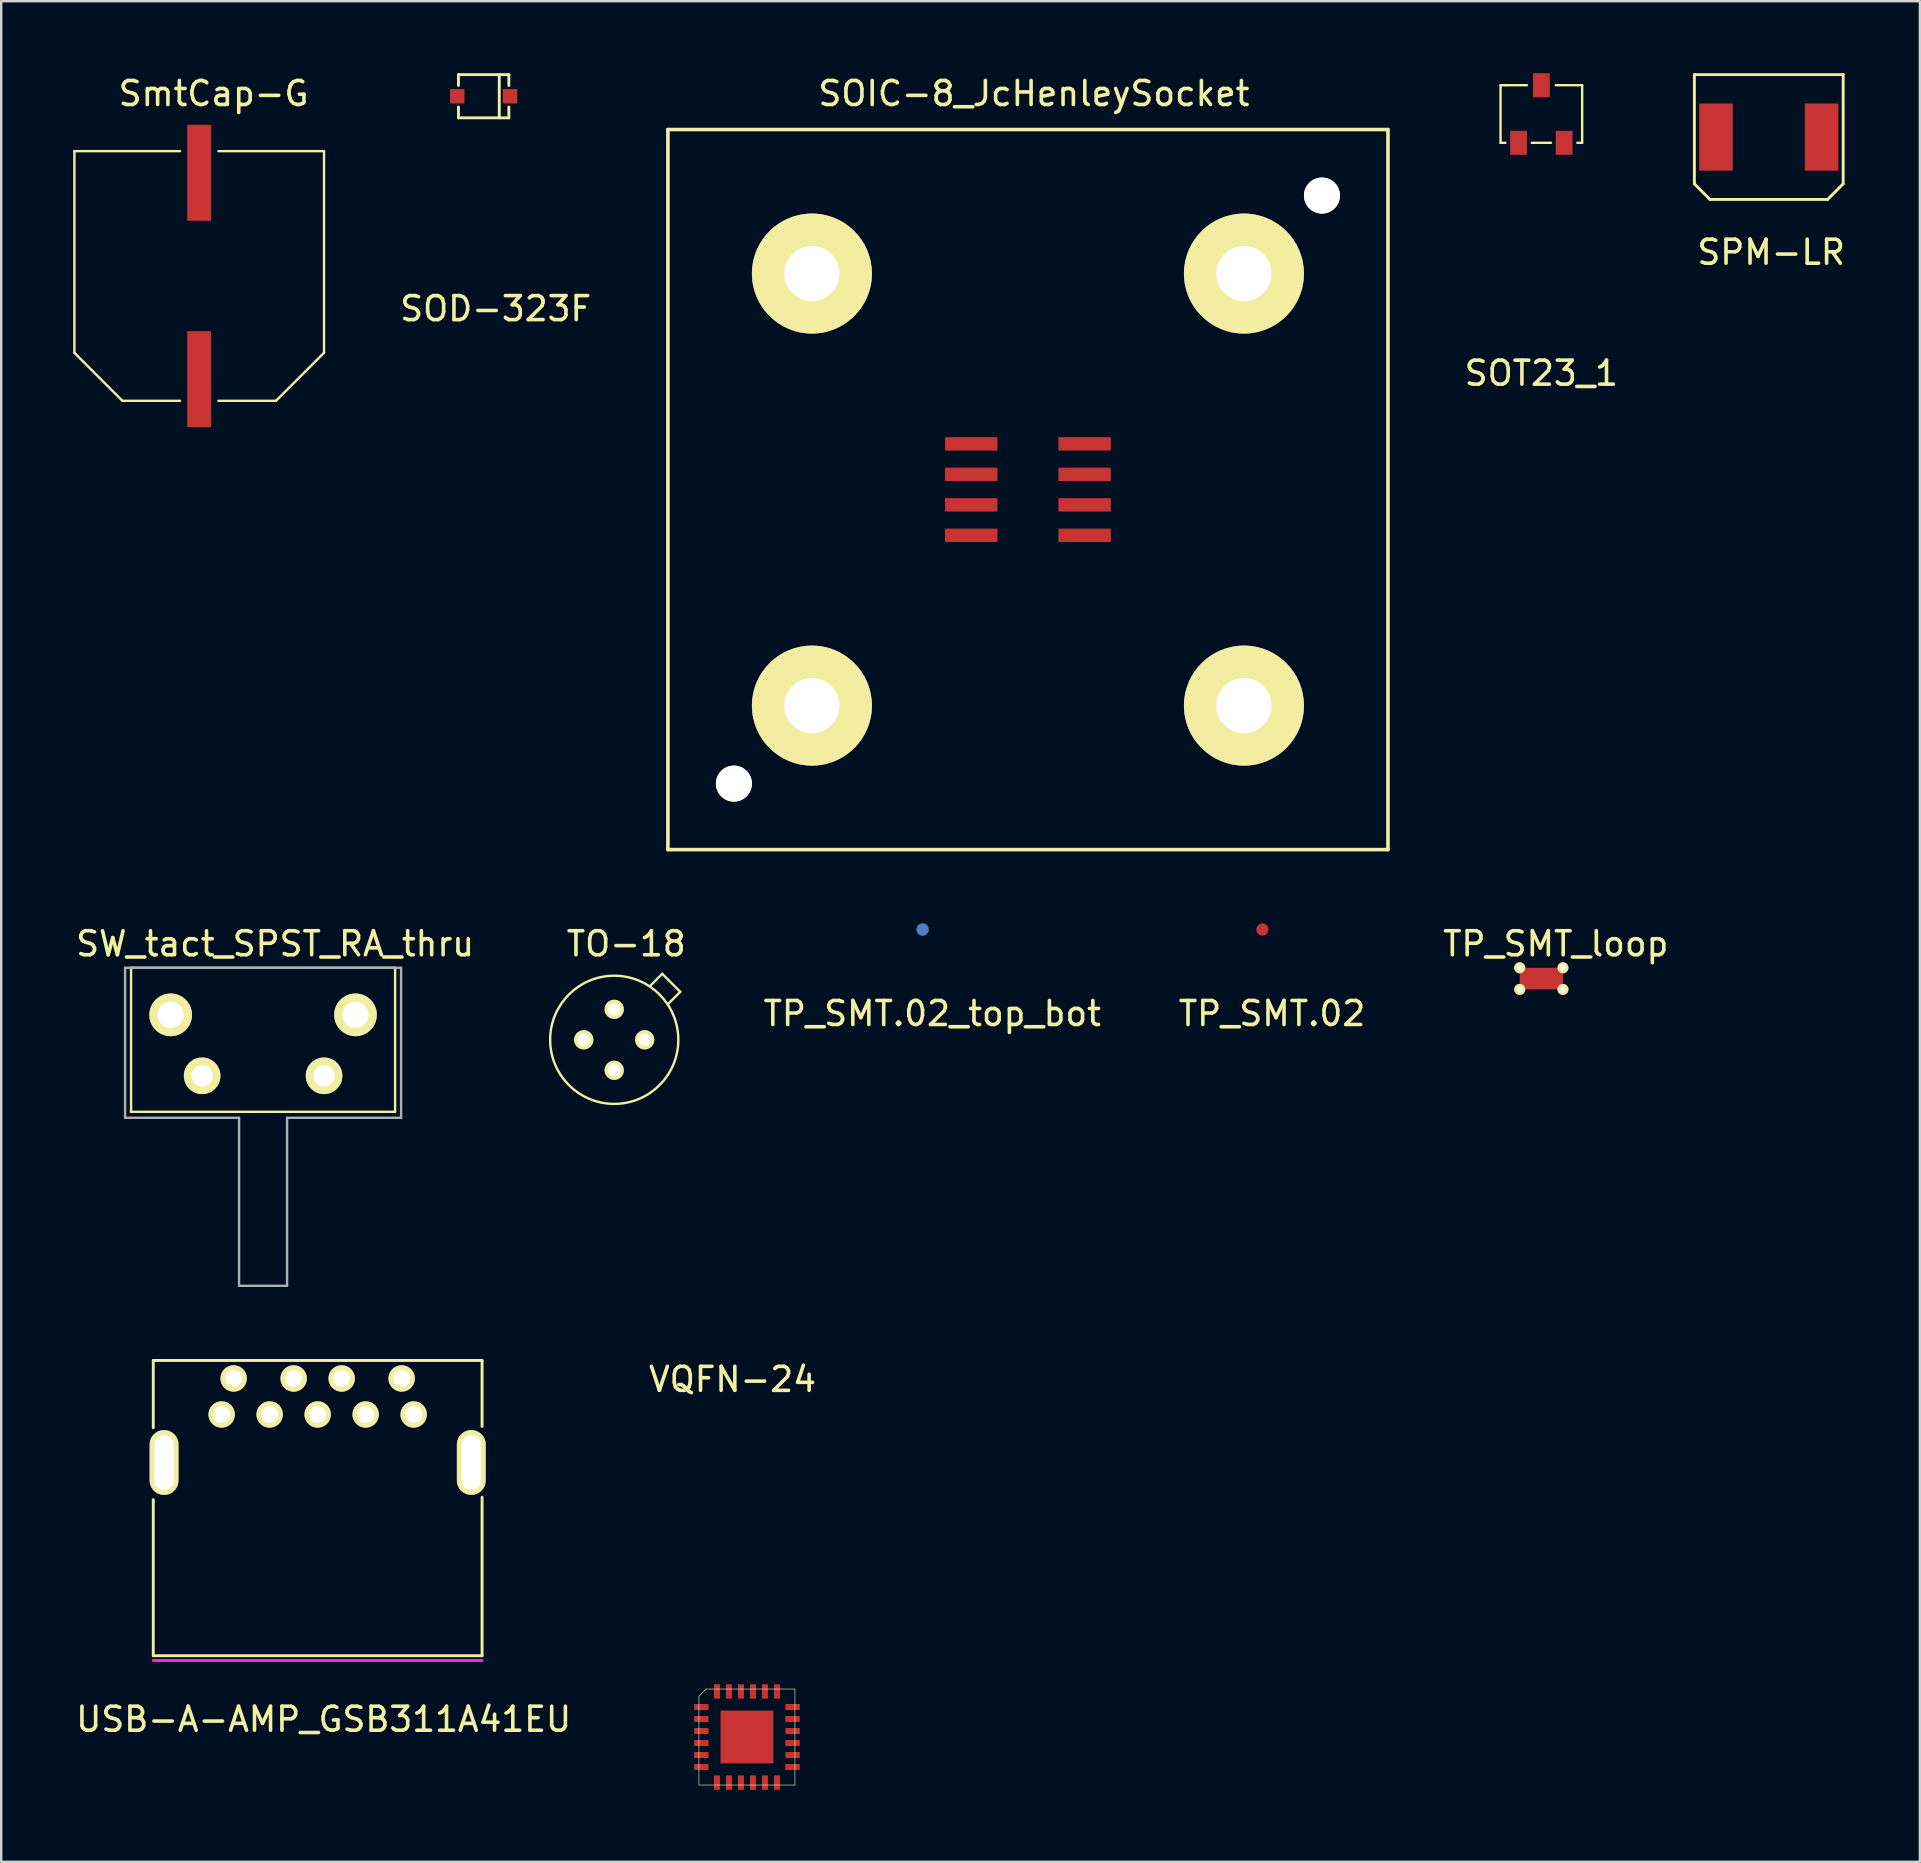
<source format=kicad_pcb>
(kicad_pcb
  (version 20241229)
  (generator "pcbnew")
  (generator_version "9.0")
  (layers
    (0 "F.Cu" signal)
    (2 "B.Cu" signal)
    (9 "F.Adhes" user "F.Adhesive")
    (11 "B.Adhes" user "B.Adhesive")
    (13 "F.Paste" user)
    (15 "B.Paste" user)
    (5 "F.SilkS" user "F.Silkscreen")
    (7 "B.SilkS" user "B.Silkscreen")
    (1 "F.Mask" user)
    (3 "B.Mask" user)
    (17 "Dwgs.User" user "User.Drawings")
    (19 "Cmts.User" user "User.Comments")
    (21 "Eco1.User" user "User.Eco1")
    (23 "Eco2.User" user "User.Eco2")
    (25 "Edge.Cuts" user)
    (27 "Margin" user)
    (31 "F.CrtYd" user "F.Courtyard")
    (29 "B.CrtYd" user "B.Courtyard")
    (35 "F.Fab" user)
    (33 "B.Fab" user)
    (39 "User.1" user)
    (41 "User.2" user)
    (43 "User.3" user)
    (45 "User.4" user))
  (footprint "TP_SMT_loop"
    (layer "F.Cu")
    (at 61.218 37.772)
    (property "Reference" "TP_SMT_loop" (at 0.55 -1.5 0) (layer "F.SilkS") (effects (font (size 1 1) (thickness 0.15))))
    (attr through_hole)
    (pad "1" thru_hole circle (at -0.95 -0.5) (size 0.457 0.457) (drill 0.203) (layers "*.Cu" "F.SilkS"))
    (pad "1" thru_hole circle (at -0.95 0.4) (size 0.457 0.457) (drill 0.203) (layers "*.Cu" "F.SilkS"))
    (pad "1" smd rect (at -0.05 -0.05) (size 1.8 0.9) (layers "F.Cu" "F.Mask" "F.Paste"))
    (pad "1" thru_hole circle (at 0.85 -0.5) (size 0.457 0.457) (drill 0.203) (layers "*.Cu" "F.SilkS"))
    (pad "1" thru_hole circle (at 0.85 0.4) (size 0.457 0.457) (drill 0.203) (layers "*.Cu" "F.SilkS")))
  (footprint "SW_tact_SPST_RA_thru"
    (layer "F.Cu")
    (at 7.911 41.772)
    (property "Reference" "SW_tact_SPST_RA_thru" (at 0.5 -5.5 0) (layer "F.SilkS") (effects (font (size 1 1) (thickness 0.15))))
    (attr through_hole)
    (fp_line (start -5.5 -4.5) (end 5.5 -4.5) (stroke (width 0.1) (type solid)) (layer "F.SilkS"))
    (fp_line (start -5.5 1.5) (end -5.5 -4.5) (stroke (width 0.1) (type solid)) (layer "F.SilkS"))
    (fp_line (start 5.5 -4.5) (end 5.5 1.5) (stroke (width 0.1) (type solid)) (layer "F.SilkS"))
    (fp_line (start 5.5 1.5) (end -5.5 1.5) (stroke (width 0.1) (type solid)) (layer "F.SilkS"))
    (fp_line (start -5.75 -4.5) (end -5.75 1.75) (stroke (width 0.1) (type solid)) (layer "F.Fab"))
    (fp_line (start -5.75 1.75) (end -5.5 1.75) (stroke (width 0.1) (type solid)) (layer "F.Fab"))
    (fp_line (start -5.5 1.75) (end -1 1.75) (stroke (width 0.1) (type solid)) (layer "F.Fab"))
    (fp_line (start -1 1.75) (end -1 8.75) (stroke (width 0.1) (type solid)) (layer "F.Fab"))
    (fp_line (start -1 8.75) (end 1 8.75) (stroke (width 0.1) (type solid)) (layer "F.Fab"))
    (fp_line (start 1 1.75) (end 5.75 1.75) (stroke (width 0.1) (type solid)) (layer "F.Fab"))
    (fp_line (start 1 8.75) (end 1 1.75) (stroke (width 0.1) (type solid)) (layer "F.Fab"))
    (fp_line (start 5.75 -4.5) (end -5.75 -4.5) (stroke (width 0.1) (type solid)) (layer "F.Fab"))
    (fp_line (start 5.75 1.75) (end 5.75 -4.5) (stroke (width 0.1) (type solid)) (layer "F.Fab"))
    (pad "0" thru_hole circle (at -3.85 -2.54) (size 1.778 1.778) (drill 1.092) (layers "*.Cu" "*.Mask" "F.SilkS"))
    (pad "0" thru_hole circle (at 3.85 -2.54) (size 1.778 1.778) (drill 1.092) (layers "*.Cu" "*.Mask" "F.SilkS"))
    (pad "1" thru_hole circle (at -2.54 0) (size 1.524 1.524) (drill 0.889) (layers "*.Cu" "*.Mask" "F.SilkS"))
    (pad "2" thru_hole circle (at 2.54 0) (size 1.524 1.524) (drill 0.889) (layers "*.Cu" "*.Mask" "F.SilkS")))
  (footprint "USB-A-AMP_GSB311A41EU"
    (layer "F.Cu")
    (at 10.185 54.382)
    (property "Reference" "USB-A-AMP_GSB311A41EU" (at 0.25 14.2 0) (layer "F.SilkS") (effects (font (size 1 1) (thickness 0.15))))
    (attr through_hole)
    (fp_line (start -6.85 -0.75) (end -6.85 2.05) (stroke (width 0.12) (type solid)) (layer "F.SilkS"))
    (fp_line (start -6.85 -0.75) (end 6.85 -0.75) (stroke (width 0.12) (type solid)) (layer "F.SilkS"))
    (fp_line (start -6.85 5.05) (end -6.85 11.55) (stroke (width 0.12) (type solid)) (layer "F.SilkS"))
    (fp_line (start 6.85 2) (end 6.85 -0.75) (stroke (width 0.12) (type solid)) (layer "F.SilkS"))
    (fp_line (start 6.85 11.55) (end -6.85 11.55) (stroke (width 0.12) (type solid)) (layer "F.SilkS"))
    (fp_line (start 6.85 11.55) (end 6.85 4.95) (stroke (width 0.12) (type solid)) (layer "F.SilkS"))
    (fp_line (start -6.85 11.75) (end 6.85 11.75) (stroke (width 0.12) (type solid)) (layer "F.CrtYd"))
    (pad "0" thru_hole oval (at -6.4 3.5) (size 1.2 2.7) (drill oval 0.8 2.3) (layers "*.Cu" "*.Mask" "F.SilkS"))
    (pad "0" thru_hole oval (at 6.4 3.5) (size 1.2 2.7) (drill oval 0.8 2.3) (layers "*.Cu" "*.Mask" "F.SilkS"))
    (pad "1" thru_hole circle (at 3.5 0) (size 1.1 1.1) (drill 0.7) (layers "*.Cu" "*.Mask" "F.SilkS"))
    (pad "2" thru_hole circle (at 1 0) (size 1.1 1.1) (drill 0.7) (layers "*.Cu" "*.Mask" "F.SilkS"))
    (pad "3" thru_hole circle (at -1 0) (size 1.1 1.1) (drill 0.7) (layers "*.Cu" "*.Mask" "F.SilkS"))
    (pad "4" thru_hole circle (at -3.5 0) (size 1.1 1.1) (drill 0.7) (layers "*.Cu" "*.Mask" "F.SilkS"))
    (pad "5" thru_hole circle (at -4 1.5) (size 1.1 1.1) (drill 0.7) (layers "*.Cu" "*.Mask" "F.SilkS"))
    (pad "6" thru_hole circle (at -2 1.5) (size 1.1 1.1) (drill 0.7) (layers "*.Cu" "*.Mask" "F.SilkS"))
    (pad "7" thru_hole circle (at 0 1.5) (size 1.1 1.1) (drill 0.7) (layers "*.Cu" "*.Mask" "F.SilkS"))
    (pad "8" thru_hole circle (at 2 1.5) (size 1.1 1.1) (drill 0.7) (layers "*.Cu" "*.Mask" "F.SilkS"))
    (pad "9" thru_hole circle (at 4 1.5) (size 1.1 1.1) (drill 0.7) (layers "*.Cu" "*.Mask" "F.SilkS")))
  (footprint "SOD-323F"
    (layer "F.Cu")
    (at 17.101 0.96)
    (property "Reference" "SOD-323F" (at 0.5 8.85 0) (layer "F.SilkS") (effects (font (size 1 1) (thickness 0.15))))
    (attr through_hole)
    (fp_line (start -1.05 -0.9) (end 1.05 -0.9) (stroke (width 0.12) (type solid)) (layer "F.SilkS"))
    (fp_line (start -1.05 -0.45) (end -1.05 -0.9) (stroke (width 0.12) (type solid)) (layer "F.SilkS"))
    (fp_line (start -1.05 0.9) (end -1.05 0.45) (stroke (width 0.12) (type solid)) (layer "F.SilkS"))
    (fp_line (start 0.65 -0.9) (end 0.65 0.9) (stroke (width 0.12) (type solid)) (layer "F.SilkS"))
    (fp_line (start 1.05 -0.9) (end 1.05 -0.45) (stroke (width 0.12) (type solid)) (layer "F.SilkS"))
    (fp_line (start 1.05 0.45) (end 1.05 0.9) (stroke (width 0.12) (type solid)) (layer "F.SilkS"))
    (fp_line (start 1.05 0.9) (end -1.05 0.9) (stroke (width 0.12) (type solid)) (layer "F.SilkS"))
    (pad "1" smd rect (at -1.1 0) (size 0.6 0.6) (layers "F.Cu" "F.Mask" "F.Paste"))
    (pad "2" smd rect (at 1.1 0) (size 0.6 0.6) (layers "F.Cu" "F.Mask" "F.Paste")))
  (footprint "VQFN-24"
    (layer "F.Cu")
    (at 28.07 69.32)
    (property "Reference" "VQFN-24" (at -0.6 -14.9 0) (layer "F.SilkS") (effects (font (size 1 1) (thickness 0.15))))
    (attr through_hole)
    (fp_line (start -2 -1.7) (end -2 2) (stroke (width 0.025) (type solid)) (layer "F.SilkS"))
    (fp_line (start -2 2) (end 2 2) (stroke (width 0.025) (type solid)) (layer "F.SilkS"))
    (fp_line (start -1.7 -2) (end -2 -1.7) (stroke (width 0.025) (type solid)) (layer "F.SilkS"))
    (fp_line (start -1.7 -2) (end 2 -2) (stroke (width 0.025) (type solid)) (layer "F.SilkS"))
    (fp_line (start 2 2) (end 2 -2) (stroke (width 0.025) (type solid)) (layer "F.SilkS"))
    (pad "0" smd rect (at 0 0 180) (size 2.2 2.2) (layers "F.Cu" "F.Mask" "F.Paste"))
    (pad "1" smd rect (at -1.9 -1.25 90) (size 0.25 0.6) (layers "F.Cu" "F.Mask" "F.Paste"))
    (pad "2" smd rect (at -1.9 -0.75 270) (size 0.25 0.6) (layers "F.Cu" "F.Mask" "F.Paste"))
    (pad "3" smd rect (at -1.9 -0.25 270) (size 0.25 0.6) (layers "F.Cu" "F.Mask" "F.Paste"))
    (pad "4" smd rect (at -1.9 0.25 270) (size 0.25 0.6) (layers "F.Cu" "F.Mask" "F.Paste"))
    (pad "5" smd rect (at -1.9 0.75 270) (size 0.25 0.6) (layers "F.Cu" "F.Mask" "F.Paste"))
    (pad "6" smd rect (at -1.9 1.25 90) (size 0.25 0.6) (layers "F.Cu" "F.Mask" "F.Paste"))
    (pad "7" smd rect (at -1.25 1.9 180) (size 0.25 0.6) (layers "F.Cu" "F.Mask" "F.Paste"))
    (pad "8" smd rect (at -0.75 1.9 180) (size 0.25 0.6) (layers "F.Cu" "F.Mask" "F.Paste"))
    (pad "9" smd rect (at -0.25 1.9 180) (size 0.25 0.6) (layers "F.Cu" "F.Mask" "F.Paste"))
    (pad "10" smd rect (at 0.25 1.9 180) (size 0.25 0.6) (layers "F.Cu" "F.Mask" "F.Paste"))
    (pad "11" smd rect (at 0.75 1.9 180) (size 0.25 0.6) (layers "F.Cu" "F.Mask" "F.Paste"))
    (pad "12" smd rect (at 1.25 1.9 180) (size 0.25 0.6) (layers "F.Cu" "F.Mask" "F.Paste"))
    (pad "13" smd rect (at 1.9 1.25 90) (size 0.25 0.6) (layers "F.Cu" "F.Mask" "F.Paste"))
    (pad "14" smd rect (at 1.9 0.75 90) (size 0.25 0.6) (layers "F.Cu" "F.Mask" "F.Paste"))
    (pad "15" smd rect (at 1.9 0.25 90) (size 0.25 0.6) (layers "F.Cu" "F.Mask" "F.Paste"))
    (pad "16" smd rect (at 1.9 -0.25 90) (size 0.25 0.6) (layers "F.Cu" "F.Mask" "F.Paste"))
    (pad "17" smd rect (at 1.9 -0.75 90) (size 0.25 0.6) (layers "F.Cu" "F.Mask" "F.Paste"))
    (pad "18" smd rect (at 1.9 -1.25 90) (size 0.25 0.6) (layers "F.Cu" "F.Mask" "F.Paste"))
    (pad "19" smd rect (at 1.25 -1.9 180) (size 0.25 0.6) (layers "F.Cu" "F.Mask" "F.Paste"))
    (pad "20" smd rect (at 0.75 -1.9 180) (size 0.25 0.6) (layers "F.Cu" "F.Mask" "F.Paste"))
    (pad "21" smd rect (at 0.25 -1.9 180) (size 0.25 0.6) (layers "F.Cu" "F.Mask" "F.Paste"))
    (pad "22" smd rect (at -0.25 -1.9 180) (size 0.25 0.6) (layers "F.Cu" "F.Mask" "F.Paste"))
    (pad "23" smd rect (at -0.75 -1.9 180) (size 0.25 0.6) (layers "F.Cu" "F.Mask" "F.Paste"))
    (pad "24" smd rect (at -1.25 -1.9 180) (size 0.25 0.6) (layers "F.Cu" "F.Mask" "F.Paste")))
  (footprint "SOT23_1"
    (layer "F.Cu")
    (at 61.168 0.5)
    (property "Reference" "SOT23_1" (at 0 12 0) (layer "F.SilkS") (effects (font (size 1 1) (thickness 0.15))))
    (attr through_hole)
    (fp_line (start -1.7 0) (end -1.7 2.4) (stroke (width 0.1) (type solid)) (layer "F.SilkS"))
    (fp_line (start -1.7 2.4) (end -1.5 2.4) (stroke (width 0.1) (type solid)) (layer "F.SilkS"))
    (fp_line (start -1.5 0) (end -1.7 0) (stroke (width 0.1) (type solid)) (layer "F.SilkS"))
    (fp_line (start -1.5 0) (end -0.6 0) (stroke (width 0.1) (type solid)) (layer "F.SilkS"))
    (fp_line (start 0.4 2.4) (end -0.4 2.4) (stroke (width 0.1) (type solid)) (layer "F.SilkS"))
    (fp_line (start 0.6 0) (end 1.5 0) (stroke (width 0.1) (type solid)) (layer "F.SilkS"))
    (fp_line (start 1.5 0) (end 1.7 0) (stroke (width 0.1) (type solid)) (layer "F.SilkS"))
    (fp_line (start 1.7 0) (end 1.7 2.4) (stroke (width 0.1) (type solid)) (layer "F.SilkS"))
    (fp_line (start 1.7 2.4) (end 1.5 2.4) (stroke (width 0.1) (type solid)) (layer "F.SilkS"))
    (pad "1" smd rect (at -0.95 2.4) (size 0.7 1) (layers "F.Cu" "F.Mask" "F.Paste"))
    (pad "2" smd rect (at 0 0) (size 0.7 1) (layers "F.Cu" "F.Mask" "F.Paste"))
    (pad "3" smd rect (at 0.95 2.4) (size 0.7 1) (layers "F.Cu" "F.Mask" "F.Paste")))
  (footprint "SOIC-8_JcHenleySocket"
    (layer "F.Cu")
    (at 39.777 17.348)
    (property "Reference" "SOIC-8_JcHenleySocket" (at 0.25 -16.5 0) (layer "F.SilkS") (effects (font (size 1 1) (thickness 0.15))))
    (attr through_hole)
    (fp_line (start -15 -15) (end 15 -15) (stroke (width 0.15) (type solid)) (layer "F.SilkS"))
    (fp_line (start -15 15) (end -15 -15) (stroke (width 0.15) (type solid)) (layer "F.SilkS"))
    (fp_line (start 15 -15) (end 15 15) (stroke (width 0.15) (type solid)) (layer "F.SilkS"))
    (fp_line (start 15 15) (end -15 15) (stroke (width 0.15) (type solid)) (layer "F.SilkS"))
    (pad "" np_thru_hole circle (at -12.25 12.25) (size 1.5 1.5) (drill 1.5) (layers "*.Cu" "*.Mask" "F.SilkS"))
    (pad "" np_thru_hole circle (at 12.25 -12.25) (size 1.5 1.5) (drill 1.5) (layers "*.Cu" "*.Mask" "F.SilkS"))
    (pad "0" thru_hole circle (at -9 -9) (size 5 5) (drill 2.3) (layers "*.Cu" "*.Mask" "F.SilkS"))
    (pad "0" thru_hole circle (at -9 9) (size 5 5) (drill 2.3) (layers "*.Cu" "*.Mask" "F.SilkS"))
    (pad "0" thru_hole circle (at 9 -9) (size 5 5) (drill 2.3) (layers "*.Cu" "*.Mask" "F.SilkS"))
    (pad "0" thru_hole circle (at 9 9) (size 5 5) (drill 2.3) (layers "*.Cu" "*.Mask" "F.SilkS"))
    (pad "1" smd rect (at -2.362 -1.905) (size 2.184 0.559) (layers "F.Cu" "F.Mask" "F.Paste"))
    (pad "2" smd rect (at -2.362 -0.635) (size 2.184 0.559) (layers "F.Cu" "F.Mask" "F.Paste"))
    (pad "3" smd rect (at -2.362 0.635) (size 2.184 0.559) (layers "F.Cu" "F.Mask" "F.Paste"))
    (pad "4" smd rect (at -2.362 1.905) (size 2.184 0.559) (layers "F.Cu" "F.Mask" "F.Paste"))
    (pad "5" smd rect (at 2.362 1.905) (size 2.184 0.559) (layers "F.Cu" "F.Mask" "F.Paste"))
    (pad "6" smd rect (at 2.362 0.635) (size 2.184 0.559) (layers "F.Cu" "F.Mask" "F.Paste"))
    (pad "7" smd rect (at 2.362 -0.635) (size 2.184 0.559) (layers "F.Cu" "F.Mask" "F.Paste"))
    (pad "8" smd rect (at 2.362 -1.905) (size 2.184 0.559) (layers "F.Cu" "F.Mask" "F.Paste")))
  (footprint "TP_SMT.02"
    (layer "F.Cu")
    (at 49.546 35.677)
    (property "Reference" "TP_SMT.02" (at 0.4 3.5 0) (layer "F.SilkS") (effects (font (size 1 1) (thickness 0.15))))
    (attr through_hole)
    (pad "1" smd circle (at 0 0) (size 0.508 0.508) (layers "F.Cu" "F.Mask")))
  (footprint "TO-18"
    (layer "F.Cu")
    (at 22.541 40.272)
    (property "Reference" "TO-18" (at 0.5 -4 0) (layer "F.SilkS") (effects (font (size 1 1) (thickness 0.15))))
    (attr through_hole)
    (fp_line (start 1.5 -2.25) (end 2 -2.75) (stroke (width 0.1) (type solid)) (layer "F.SilkS"))
    (fp_line (start 2 -2.75) (end 2.75 -2) (stroke (width 0.1) (type solid)) (layer "F.SilkS"))
    (fp_line (start 2.75 -2) (end 2.25 -1.5) (stroke (width 0.1) (type solid)) (layer "F.SilkS"))
    (fp_circle (center 0 0) (end 2.67 0) (stroke (width 0.1) (type solid)) (fill no) (layer "F.SilkS"))
    (pad "1" thru_hole circle (at 0 -1.27) (size 0.8 0.8) (drill 0.5) (layers "*.Cu" "*.Mask" "F.SilkS"))
    (pad "2" thru_hole circle (at -1.27 0) (size 0.8 0.8) (drill 0.5) (layers "*.Cu" "*.Mask" "F.SilkS"))
    (pad "3" thru_hole circle (at 0 1.27) (size 0.8 0.8) (drill 0.5) (layers "*.Cu" "*.Mask" "F.SilkS"))
    (pad "4" thru_hole circle (at 1.27 0) (size 0.8 0.8) (drill 0.5) (layers "*.Cu" "*.Mask" "F.SilkS")))
  (footprint "SmtCap-G"
    (layer "F.Cu")
    (at 5.25 8.448)
    (property "Reference" "SmtCap-G" (at 0.6 -7.6 0) (layer "F.SilkS") (effects (font (size 1 1) (thickness 0.15))))
    (attr through_hole)
    (fp_line (start -5.2 3.2) (end -5.2 -5.2) (stroke (width 0.1) (type solid)) (layer "F.SilkS"))
    (fp_line (start -5.2 3.2) (end -3.2 5.2) (stroke (width 0.1) (type solid)) (layer "F.SilkS"))
    (fp_line (start -3.2 5.2) (end -0.8 5.2) (stroke (width 0.1) (type solid)) (layer "F.SilkS"))
    (fp_line (start -0.8 -5.2) (end -5.2 -5.2) (stroke (width 0.1) (type solid)) (layer "F.SilkS"))
    (fp_line (start 0.8 5.2) (end 3.2 5.2) (stroke (width 0.1) (type solid)) (layer "F.SilkS"))
    (fp_line (start 3.2 5.2) (end 5.2 3.2) (stroke (width 0.1) (type solid)) (layer "F.SilkS"))
    (fp_line (start 5.2 -5.2) (end 0.8 -5.2) (stroke (width 0.1) (type solid)) (layer "F.SilkS"))
    (fp_line (start 5.2 -5.2) (end 5.2 3.2) (stroke (width 0.1) (type solid)) (layer "F.SilkS"))
    (pad "1" smd rect (at 0 4.3) (size 1 4) (layers "F.Cu" "F.Mask" "F.Paste"))
    (pad "2" smd rect (at 0 -4.3) (size 1 4) (layers "F.Cu" "F.Mask" "F.Paste")))
  (footprint "SPM-LR"
    (layer "F.Cu")
    (at 70.643 2.66)
    (property "Reference" "SPM-LR" (at 0.1 4.8 0) (layer "F.SilkS") (effects (font (size 1 1) (thickness 0.15))))
    (attr through_hole)
    (fp_line (start -3.1 -2.6) (end 3.1 -2.6) (stroke (width 0.12) (type solid)) (layer "F.SilkS"))
    (fp_line (start -3.1 1.95) (end -3.1 -2.6) (stroke (width 0.12) (type solid)) (layer "F.SilkS"))
    (fp_line (start -3.1 1.95) (end -2.45 2.6) (stroke (width 0.12) (type solid)) (layer "F.SilkS"))
    (fp_line (start -2.45 2.6) (end 2.45 2.6) (stroke (width 0.12) (type solid)) (layer "F.SilkS"))
    (fp_line (start 3.1 1.95) (end 2.45 2.6) (stroke (width 0.12) (type solid)) (layer "F.SilkS"))
    (fp_line (start 3.1 1.95) (end 3.1 -2.6) (stroke (width 0.12) (type solid)) (layer "F.SilkS"))
    (pad "1" smd rect (at -2.2 0) (size 1.4 2.8) (layers "F.Cu" "F.Mask" "F.Paste"))
    (pad "2" smd rect (at 2.2 0) (size 1.4 2.8) (layers "F.Cu" "F.Mask" "F.Paste")))
  (footprint "TP_SMT.02_top_bot"
    (layer "F.Cu")
    (at 35.391 35.677)
    (property "Reference" "TP_SMT.02_top_bot" (at 0.4 3.5 0) (layer "F.SilkS") (effects (font (size 1 1) (thickness 0.15))))
    (attr through_hole)
    (pad "1" smd circle (at 0 0) (size 0.508 0.508) (layers "F.Cu" "F.Mask"))
    (pad "1" smd circle (at 0 0) (size 0.508 0.508) (layers "B.Cu" "B.Mask")))
  (gr_rect
    (start -3 -3)
    (end 76.94 74.52)
    (stroke (width 0.1) (type default))
    (fill no)
    (layer "Edge.Cuts")))
</source>
